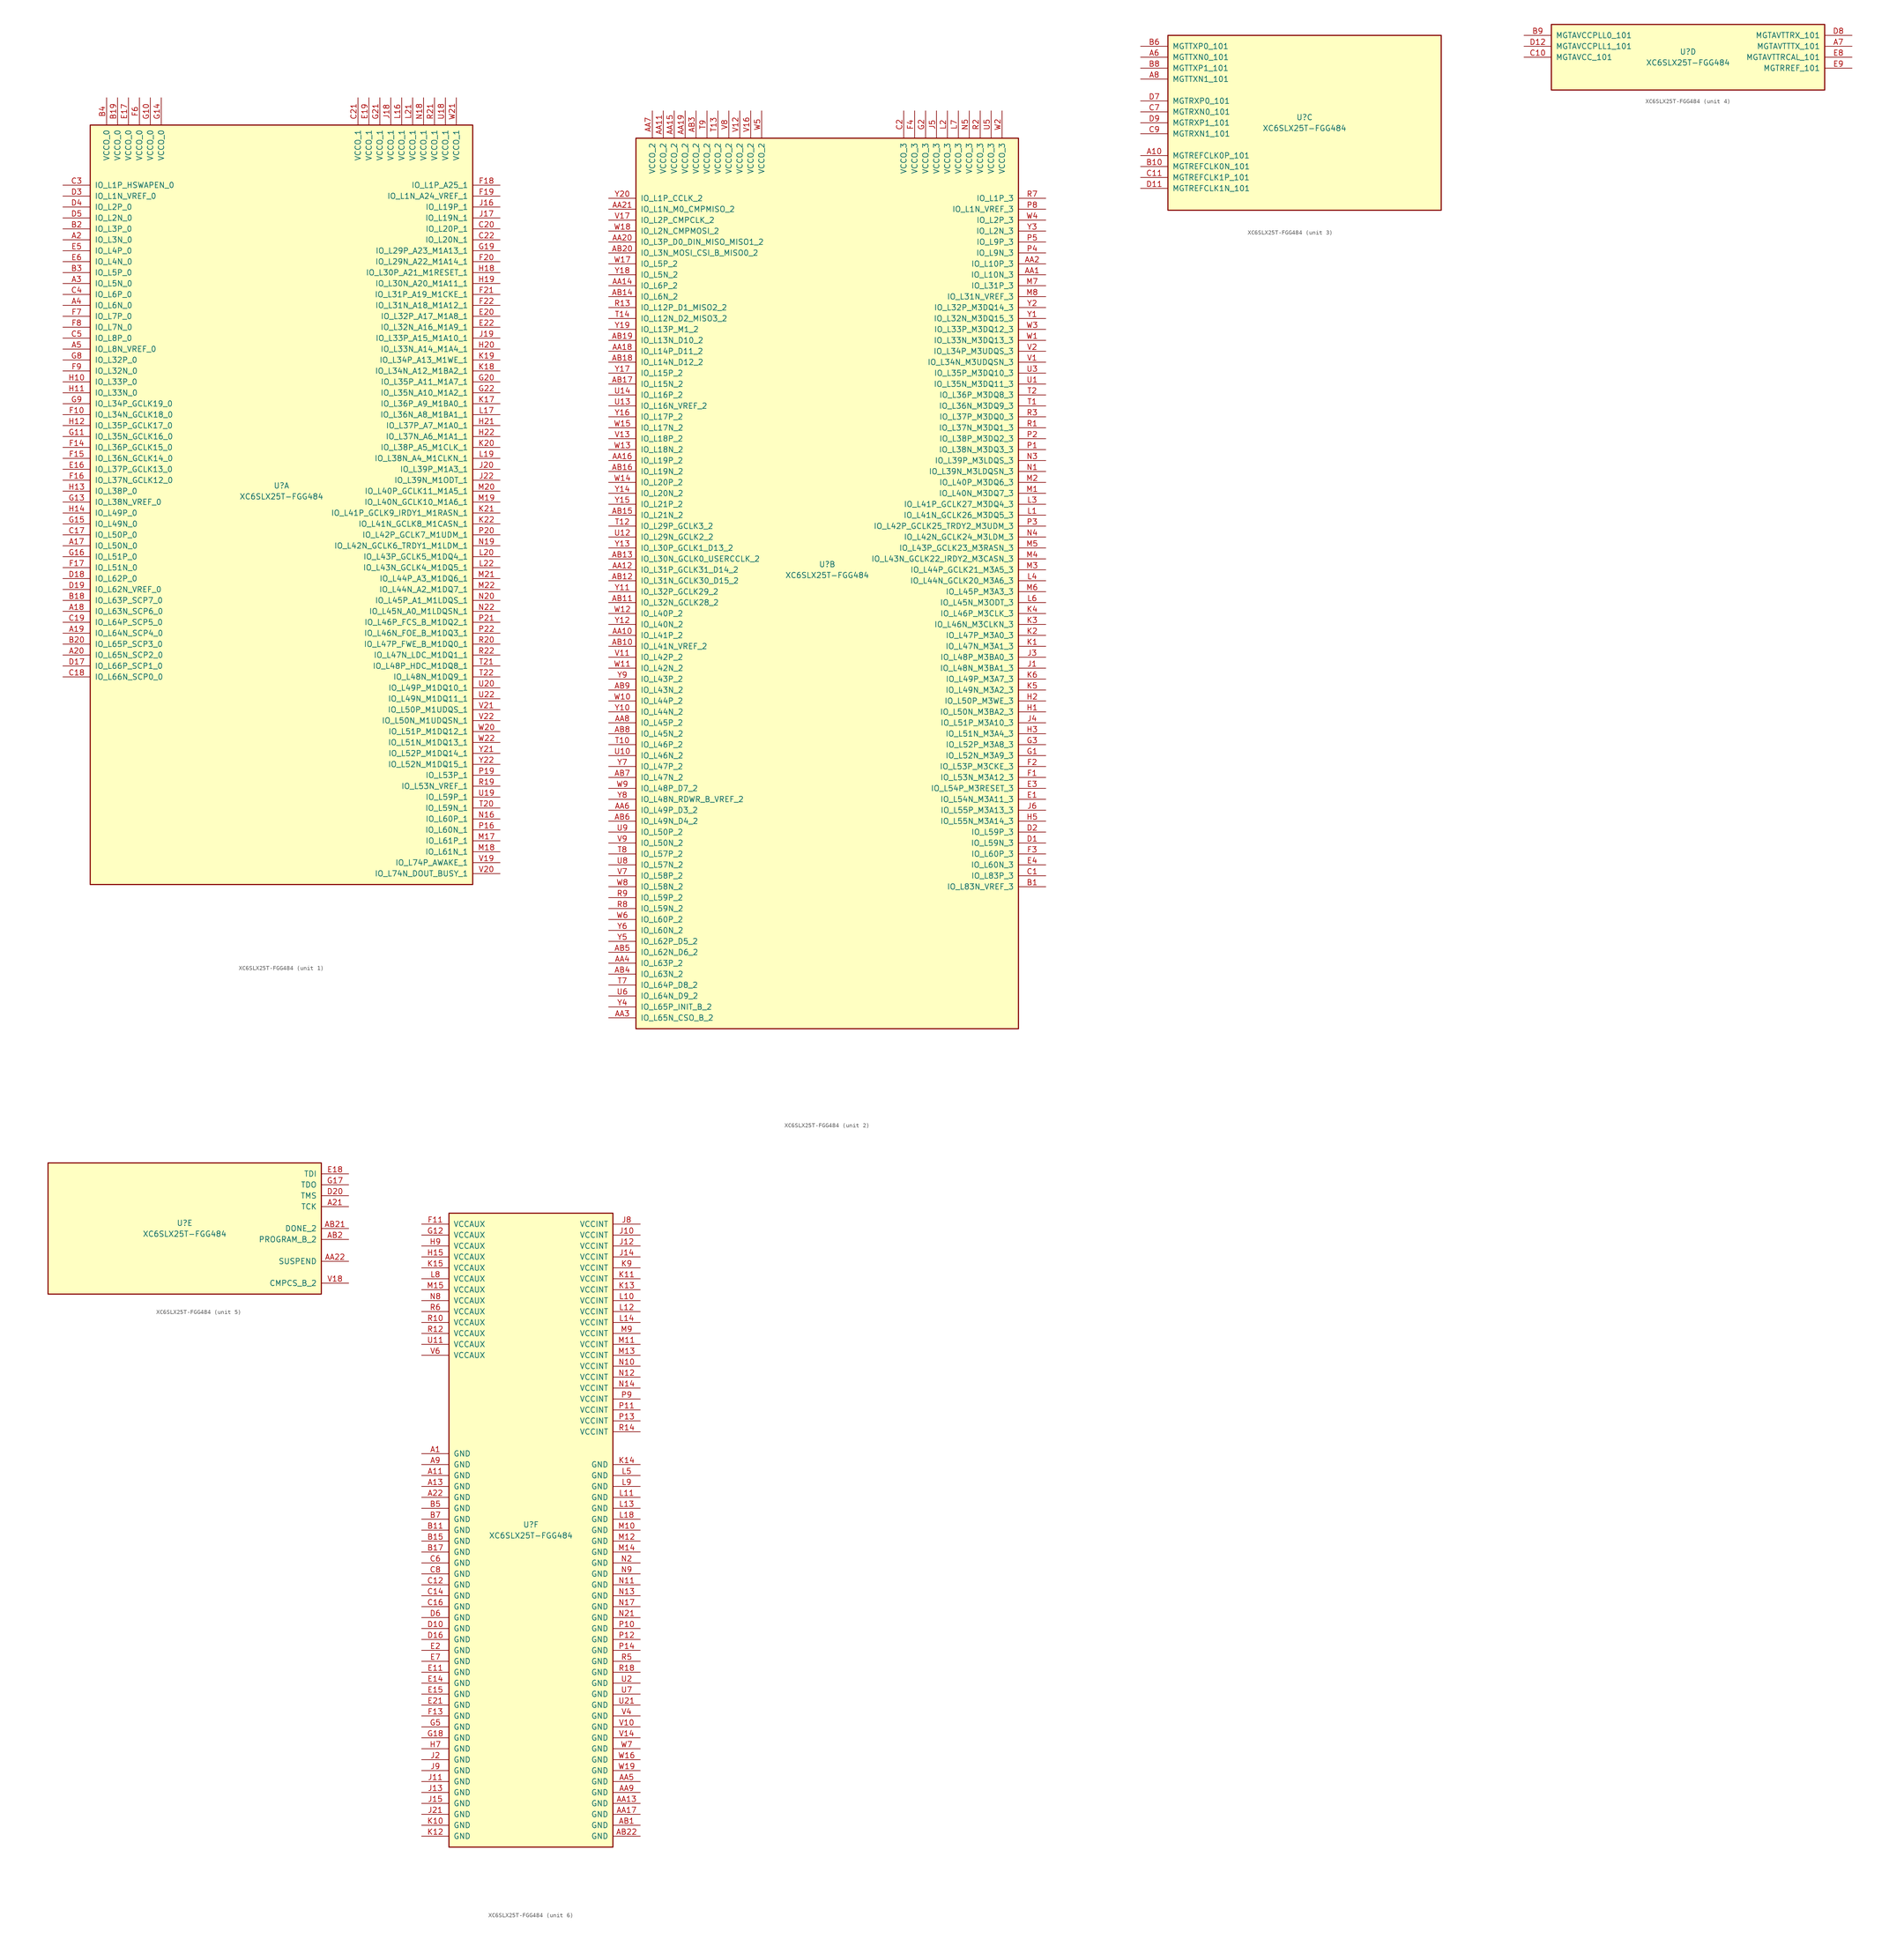
<source format=kicad_sym>
(kicad_symbol_lib
  (version 20211014)
  (generator kicad_symbol_editor)
  (symbol "XC6SLX25T-FGG484"
    (pin_names
      (offset 1.016))
    (property "Reference" "U"
      (at 0 1.27 0)
      (effects (font (size 1.27 1.27))))
    (property "Value" "XC6SLX25T-FGG484"
      (at 0 -1.27 0)
      (effects (font (size 1.27 1.27))))
    (property "Datasheet" ""
      (at 0 0 0)
      (effects (font (size 1.27 1.27))))
    (property "ki_locked" ""
      (at 0 0 0)
      (effects (font (size 1.27 1.27))))
    (symbol "XC6SLX25T-FGG484_1_1"
      (rectangle (start -44.45 85.09) (end 44.45 -91.44) (stroke (width 0.254) (type default) (color 0 0 0 0)) (fill (type background)))
      (pin bidirectional line (at -50.8 -12.7 0) (length 6.35) (name "IO_L50N_0" (effects (font (size 1.27 1.27)))) (number "A17" (effects (font (size 1.27 1.27)))))
      (pin bidirectional line (at -50.8 -27.94 0) (length 6.35) (name "IO_L63N_SCP6_0" (effects (font (size 1.27 1.27)))) (number "A18" (effects (font (size 1.27 1.27)))))
      (pin bidirectional line (at -50.8 -33.02 0) (length 6.35) (name "IO_L64N_SCP4_0" (effects (font (size 1.27 1.27)))) (number "A19" (effects (font (size 1.27 1.27)))))
      (pin bidirectional line (at -50.8 58.42 0) (length 6.35) (name "IO_L3N_0" (effects (font (size 1.27 1.27)))) (number "A2" (effects (font (size 1.27 1.27)))))
      (pin bidirectional line (at -50.8 -38.1 0) (length 6.35) (name "IO_L65N_SCP2_0" (effects (font (size 1.27 1.27)))) (number "A20" (effects (font (size 1.27 1.27)))))
      (pin bidirectional line (at -50.8 48.26 0) (length 6.35) (name "IO_L5N_0" (effects (font (size 1.27 1.27)))) (number "A3" (effects (font (size 1.27 1.27)))))
      (pin bidirectional line (at -50.8 43.18 0) (length 6.35) (name "IO_L6N_0" (effects (font (size 1.27 1.27)))) (number "A4" (effects (font (size 1.27 1.27)))))
      (pin bidirectional line (at -50.8 33.02 0) (length 6.35) (name "IO_L8N_VREF_0" (effects (font (size 1.27 1.27)))) (number "A5" (effects (font (size 1.27 1.27)))))
      (pin bidirectional line (at -50.8 -25.4 0) (length 6.35) (name "IO_L63P_SCP7_0" (effects (font (size 1.27 1.27)))) (number "B18" (effects (font (size 1.27 1.27)))))
      (pin power_in line (at -38.1 91.44 270) (length 6.35) (name "VCCO_0" (effects (font (size 1.27 1.27)))) (number "B19" (effects (font (size 1.27 1.27)))))
      (pin bidirectional line (at -50.8 60.96 0) (length 6.35) (name "IO_L3P_0" (effects (font (size 1.27 1.27)))) (number "B2" (effects (font (size 1.27 1.27)))))
      (pin bidirectional line (at -50.8 -35.56 0) (length 6.35) (name "IO_L65P_SCP3_0" (effects (font (size 1.27 1.27)))) (number "B20" (effects (font (size 1.27 1.27)))))
      (pin bidirectional line (at -50.8 50.8 0) (length 6.35) (name "IO_L5P_0" (effects (font (size 1.27 1.27)))) (number "B3" (effects (font (size 1.27 1.27)))))
      (pin power_in line (at -40.64 91.44 270) (length 6.35) (name "VCCO_0" (effects (font (size 1.27 1.27)))) (number "B4" (effects (font (size 1.27 1.27)))))
      (pin bidirectional line (at -50.8 -10.16 0) (length 6.35) (name "IO_L50P_0" (effects (font (size 1.27 1.27)))) (number "C17" (effects (font (size 1.27 1.27)))))
      (pin bidirectional line (at -50.8 -43.18 0) (length 6.35) (name "IO_L66N_SCP0_0" (effects (font (size 1.27 1.27)))) (number "C18" (effects (font (size 1.27 1.27)))))
      (pin bidirectional line (at -50.8 -30.48 0) (length 6.35) (name "IO_L64P_SCP5_0" (effects (font (size 1.27 1.27)))) (number "C19" (effects (font (size 1.27 1.27)))))
      (pin bidirectional line (at 50.8 60.96 180) (length 6.35) (name "IO_L20P_1" (effects (font (size 1.27 1.27)))) (number "C20" (effects (font (size 1.27 1.27)))))
      (pin power_in line (at 17.78 91.44 270) (length 6.35) (name "VCCO_1" (effects (font (size 1.27 1.27)))) (number "C21" (effects (font (size 1.27 1.27)))))
      (pin bidirectional line (at 50.8 58.42 180) (length 6.35) (name "IO_L20N_1" (effects (font (size 1.27 1.27)))) (number "C22" (effects (font (size 1.27 1.27)))))
      (pin bidirectional line (at -50.8 71.12 0) (length 6.35) (name "IO_L1P_HSWAPEN_0" (effects (font (size 1.27 1.27)))) (number "C3" (effects (font (size 1.27 1.27)))))
      (pin bidirectional line (at -50.8 45.72 0) (length 6.35) (name "IO_L6P_0" (effects (font (size 1.27 1.27)))) (number "C4" (effects (font (size 1.27 1.27)))))
      (pin bidirectional line (at -50.8 35.56 0) (length 6.35) (name "IO_L8P_0" (effects (font (size 1.27 1.27)))) (number "C5" (effects (font (size 1.27 1.27)))))
      (pin bidirectional line (at -50.8 -40.64 0) (length 6.35) (name "IO_L66P_SCP1_0" (effects (font (size 1.27 1.27)))) (number "D17" (effects (font (size 1.27 1.27)))))
      (pin bidirectional line (at -50.8 -20.32 0) (length 6.35) (name "IO_L62P_0" (effects (font (size 1.27 1.27)))) (number "D18" (effects (font (size 1.27 1.27)))))
      (pin bidirectional line (at -50.8 -22.86 0) (length 6.35) (name "IO_L62N_VREF_0" (effects (font (size 1.27 1.27)))) (number "D19" (effects (font (size 1.27 1.27)))))
      (pin bidirectional line (at -50.8 68.58 0) (length 6.35) (name "IO_L1N_VREF_0" (effects (font (size 1.27 1.27)))) (number "D3" (effects (font (size 1.27 1.27)))))
      (pin bidirectional line (at -50.8 66.04 0) (length 6.35) (name "IO_L2P_0" (effects (font (size 1.27 1.27)))) (number "D4" (effects (font (size 1.27 1.27)))))
      (pin bidirectional line (at -50.8 63.5 0) (length 6.35) (name "IO_L2N_0" (effects (font (size 1.27 1.27)))) (number "D5" (effects (font (size 1.27 1.27)))))
      (pin bidirectional line (at -50.8 5.08 0) (length 6.35) (name "IO_L37P_GCLK13_0" (effects (font (size 1.27 1.27)))) (number "E16" (effects (font (size 1.27 1.27)))))
      (pin power_in line (at -35.56 91.44 270) (length 6.35) (name "VCCO_0" (effects (font (size 1.27 1.27)))) (number "E17" (effects (font (size 1.27 1.27)))))
      (pin power_in line (at 20.32 91.44 270) (length 6.35) (name "VCCO_1" (effects (font (size 1.27 1.27)))) (number "E19" (effects (font (size 1.27 1.27)))))
      (pin bidirectional line (at 50.8 40.64 180) (length 6.35) (name "IO_L32P_A17_M1A8_1" (effects (font (size 1.27 1.27)))) (number "E20" (effects (font (size 1.27 1.27)))))
      (pin bidirectional line (at 50.8 38.1 180) (length 6.35) (name "IO_L32N_A16_M1A9_1" (effects (font (size 1.27 1.27)))) (number "E22" (effects (font (size 1.27 1.27)))))
      (pin bidirectional line (at -50.8 55.88 0) (length 6.35) (name "IO_L4P_0" (effects (font (size 1.27 1.27)))) (number "E5" (effects (font (size 1.27 1.27)))))
      (pin bidirectional line (at -50.8 53.34 0) (length 6.35) (name "IO_L4N_0" (effects (font (size 1.27 1.27)))) (number "E6" (effects (font (size 1.27 1.27)))))
      (pin bidirectional line (at -50.8 17.78 0) (length 6.35) (name "IO_L34N_GCLK18_0" (effects (font (size 1.27 1.27)))) (number "F10" (effects (font (size 1.27 1.27)))))
      (pin bidirectional line (at -50.8 10.16 0) (length 6.35) (name "IO_L36P_GCLK15_0" (effects (font (size 1.27 1.27)))) (number "F14" (effects (font (size 1.27 1.27)))))
      (pin bidirectional line (at -50.8 7.62 0) (length 6.35) (name "IO_L36N_GCLK14_0" (effects (font (size 1.27 1.27)))) (number "F15" (effects (font (size 1.27 1.27)))))
      (pin bidirectional line (at -50.8 2.54 0) (length 6.35) (name "IO_L37N_GCLK12_0" (effects (font (size 1.27 1.27)))) (number "F16" (effects (font (size 1.27 1.27)))))
      (pin bidirectional line (at -50.8 -17.78 0) (length 6.35) (name "IO_L51N_0" (effects (font (size 1.27 1.27)))) (number "F17" (effects (font (size 1.27 1.27)))))
      (pin bidirectional line (at 50.8 71.12 180) (length 6.35) (name "IO_L1P_A25_1" (effects (font (size 1.27 1.27)))) (number "F18" (effects (font (size 1.27 1.27)))))
      (pin bidirectional line (at 50.8 68.58 180) (length 6.35) (name "IO_L1N_A24_VREF_1" (effects (font (size 1.27 1.27)))) (number "F19" (effects (font (size 1.27 1.27)))))
      (pin bidirectional line (at 50.8 53.34 180) (length 6.35) (name "IO_L29N_A22_M1A14_1" (effects (font (size 1.27 1.27)))) (number "F20" (effects (font (size 1.27 1.27)))))
      (pin bidirectional line (at 50.8 45.72 180) (length 6.35) (name "IO_L31P_A19_M1CKE_1" (effects (font (size 1.27 1.27)))) (number "F21" (effects (font (size 1.27 1.27)))))
      (pin bidirectional line (at 50.8 43.18 180) (length 6.35) (name "IO_L31N_A18_M1A12_1" (effects (font (size 1.27 1.27)))) (number "F22" (effects (font (size 1.27 1.27)))))
      (pin power_in line (at -33.02 91.44 270) (length 6.35) (name "VCCO_0" (effects (font (size 1.27 1.27)))) (number "F6" (effects (font (size 1.27 1.27)))))
      (pin bidirectional line (at -50.8 40.64 0) (length 6.35) (name "IO_L7P_0" (effects (font (size 1.27 1.27)))) (number "F7" (effects (font (size 1.27 1.27)))))
      (pin bidirectional line (at -50.8 38.1 0) (length 6.35) (name "IO_L7N_0" (effects (font (size 1.27 1.27)))) (number "F8" (effects (font (size 1.27 1.27)))))
      (pin bidirectional line (at -50.8 27.94 0) (length 6.35) (name "IO_L32N_0" (effects (font (size 1.27 1.27)))) (number "F9" (effects (font (size 1.27 1.27)))))
      (pin power_in line (at -30.48 91.44 270) (length 6.35) (name "VCCO_0" (effects (font (size 1.27 1.27)))) (number "G10" (effects (font (size 1.27 1.27)))))
      (pin bidirectional line (at -50.8 12.7 0) (length 6.35) (name "IO_L35N_GCLK16_0" (effects (font (size 1.27 1.27)))) (number "G11" (effects (font (size 1.27 1.27)))))
      (pin bidirectional line (at -50.8 -2.54 0) (length 6.35) (name "IO_L38N_VREF_0" (effects (font (size 1.27 1.27)))) (number "G13" (effects (font (size 1.27 1.27)))))
      (pin power_in line (at -27.94 91.44 270) (length 6.35) (name "VCCO_0" (effects (font (size 1.27 1.27)))) (number "G14" (effects (font (size 1.27 1.27)))))
      (pin bidirectional line (at -50.8 -7.62 0) (length 6.35) (name "IO_L49N_0" (effects (font (size 1.27 1.27)))) (number "G15" (effects (font (size 1.27 1.27)))))
      (pin bidirectional line (at -50.8 -15.24 0) (length 6.35) (name "IO_L51P_0" (effects (font (size 1.27 1.27)))) (number "G16" (effects (font (size 1.27 1.27)))))
      (pin bidirectional line (at 50.8 55.88 180) (length 6.35) (name "IO_L29P_A23_M1A13_1" (effects (font (size 1.27 1.27)))) (number "G19" (effects (font (size 1.27 1.27)))))
      (pin bidirectional line (at 50.8 25.4 180) (length 6.35) (name "IO_L35P_A11_M1A7_1" (effects (font (size 1.27 1.27)))) (number "G20" (effects (font (size 1.27 1.27)))))
      (pin power_in line (at 22.86 91.44 270) (length 6.35) (name "VCCO_1" (effects (font (size 1.27 1.27)))) (number "G21" (effects (font (size 1.27 1.27)))))
      (pin bidirectional line (at 50.8 22.86 180) (length 6.35) (name "IO_L35N_A10_M1A2_1" (effects (font (size 1.27 1.27)))) (number "G22" (effects (font (size 1.27 1.27)))))
      (pin bidirectional line (at -50.8 30.48 0) (length 6.35) (name "IO_L32P_0" (effects (font (size 1.27 1.27)))) (number "G8" (effects (font (size 1.27 1.27)))))
      (pin bidirectional line (at -50.8 20.32 0) (length 6.35) (name "IO_L34P_GCLK19_0" (effects (font (size 1.27 1.27)))) (number "G9" (effects (font (size 1.27 1.27)))))
      (pin bidirectional line (at -50.8 25.4 0) (length 6.35) (name "IO_L33P_0" (effects (font (size 1.27 1.27)))) (number "H10" (effects (font (size 1.27 1.27)))))
      (pin bidirectional line (at -50.8 22.86 0) (length 6.35) (name "IO_L33N_0" (effects (font (size 1.27 1.27)))) (number "H11" (effects (font (size 1.27 1.27)))))
      (pin bidirectional line (at -50.8 15.24 0) (length 6.35) (name "IO_L35P_GCLK17_0" (effects (font (size 1.27 1.27)))) (number "H12" (effects (font (size 1.27 1.27)))))
      (pin bidirectional line (at -50.8 0 0) (length 6.35) (name "IO_L38P_0" (effects (font (size 1.27 1.27)))) (number "H13" (effects (font (size 1.27 1.27)))))
      (pin bidirectional line (at -50.8 -5.08 0) (length 6.35) (name "IO_L49P_0" (effects (font (size 1.27 1.27)))) (number "H14" (effects (font (size 1.27 1.27)))))
      (pin bidirectional line (at 50.8 50.8 180) (length 6.35) (name "IO_L30P_A21_M1RESET_1" (effects (font (size 1.27 1.27)))) (number "H18" (effects (font (size 1.27 1.27)))))
      (pin bidirectional line (at 50.8 48.26 180) (length 6.35) (name "IO_L30N_A20_M1A11_1" (effects (font (size 1.27 1.27)))) (number "H19" (effects (font (size 1.27 1.27)))))
      (pin bidirectional line (at 50.8 33.02 180) (length 6.35) (name "IO_L33N_A14_M1A4_1" (effects (font (size 1.27 1.27)))) (number "H20" (effects (font (size 1.27 1.27)))))
      (pin bidirectional line (at 50.8 15.24 180) (length 6.35) (name "IO_L37P_A7_M1A0_1" (effects (font (size 1.27 1.27)))) (number "H21" (effects (font (size 1.27 1.27)))))
      (pin bidirectional line (at 50.8 12.7 180) (length 6.35) (name "IO_L37N_A6_M1A1_1" (effects (font (size 1.27 1.27)))) (number "H22" (effects (font (size 1.27 1.27)))))
      (pin bidirectional line (at 50.8 66.04 180) (length 6.35) (name "IO_L19P_1" (effects (font (size 1.27 1.27)))) (number "J16" (effects (font (size 1.27 1.27)))))
      (pin bidirectional line (at 50.8 63.5 180) (length 6.35) (name "IO_L19N_1" (effects (font (size 1.27 1.27)))) (number "J17" (effects (font (size 1.27 1.27)))))
      (pin power_in line (at 25.4 91.44 270) (length 6.35) (name "VCCO_1" (effects (font (size 1.27 1.27)))) (number "J18" (effects (font (size 1.27 1.27)))))
      (pin bidirectional line (at 50.8 35.56 180) (length 6.35) (name "IO_L33P_A15_M1A10_1" (effects (font (size 1.27 1.27)))) (number "J19" (effects (font (size 1.27 1.27)))))
      (pin bidirectional line (at 50.8 5.08 180) (length 6.35) (name "IO_L39P_M1A3_1" (effects (font (size 1.27 1.27)))) (number "J20" (effects (font (size 1.27 1.27)))))
      (pin bidirectional line (at 50.8 2.54 180) (length 6.35) (name "IO_L39N_M1ODT_1" (effects (font (size 1.27 1.27)))) (number "J22" (effects (font (size 1.27 1.27)))))
      (pin bidirectional line (at 50.8 20.32 180) (length 6.35) (name "IO_L36P_A9_M1BA0_1" (effects (font (size 1.27 1.27)))) (number "K17" (effects (font (size 1.27 1.27)))))
      (pin bidirectional line (at 50.8 27.94 180) (length 6.35) (name "IO_L34N_A12_M1BA2_1" (effects (font (size 1.27 1.27)))) (number "K18" (effects (font (size 1.27 1.27)))))
      (pin bidirectional line (at 50.8 30.48 180) (length 6.35) (name "IO_L34P_A13_M1WE_1" (effects (font (size 1.27 1.27)))) (number "K19" (effects (font (size 1.27 1.27)))))
      (pin bidirectional line (at 50.8 10.16 180) (length 6.35) (name "IO_L38P_A5_M1CLK_1" (effects (font (size 1.27 1.27)))) (number "K20" (effects (font (size 1.27 1.27)))))
      (pin bidirectional line (at 50.8 -5.08 180) (length 6.35) (name "IO_L41P_GCLK9_IRDY1_M1RASN_1" (effects (font (size 1.27 1.27)))) (number "K21" (effects (font (size 1.27 1.27)))))
      (pin bidirectional line (at 50.8 -7.62 180) (length 6.35) (name "IO_L41N_GCLK8_M1CASN_1" (effects (font (size 1.27 1.27)))) (number "K22" (effects (font (size 1.27 1.27)))))
      (pin power_in line (at 27.94 91.44 270) (length 6.35) (name "VCCO_1" (effects (font (size 1.27 1.27)))) (number "L16" (effects (font (size 1.27 1.27)))))
      (pin bidirectional line (at 50.8 17.78 180) (length 6.35) (name "IO_L36N_A8_M1BA1_1" (effects (font (size 1.27 1.27)))) (number "L17" (effects (font (size 1.27 1.27)))))
      (pin bidirectional line (at 50.8 7.62 180) (length 6.35) (name "IO_L38N_A4_M1CLKN_1" (effects (font (size 1.27 1.27)))) (number "L19" (effects (font (size 1.27 1.27)))))
      (pin bidirectional line (at 50.8 -15.24 180) (length 6.35) (name "IO_L43P_GCLK5_M1DQ4_1" (effects (font (size 1.27 1.27)))) (number "L20" (effects (font (size 1.27 1.27)))))
      (pin power_in line (at 30.48 91.44 270) (length 6.35) (name "VCCO_1" (effects (font (size 1.27 1.27)))) (number "L21" (effects (font (size 1.27 1.27)))))
      (pin bidirectional line (at 50.8 -17.78 180) (length 6.35) (name "IO_L43N_GCLK4_M1DQ5_1" (effects (font (size 1.27 1.27)))) (number "L22" (effects (font (size 1.27 1.27)))))
      (pin bidirectional line (at 50.8 -81.28 180) (length 6.35) (name "IO_L61P_1" (effects (font (size 1.27 1.27)))) (number "M17" (effects (font (size 1.27 1.27)))))
      (pin bidirectional line (at 50.8 -83.82 180) (length 6.35) (name "IO_L61N_1" (effects (font (size 1.27 1.27)))) (number "M18" (effects (font (size 1.27 1.27)))))
      (pin bidirectional line (at 50.8 -2.54 180) (length 6.35) (name "IO_L40N_GCLK10_M1A6_1" (effects (font (size 1.27 1.27)))) (number "M19" (effects (font (size 1.27 1.27)))))
      (pin bidirectional line (at 50.8 0 180) (length 6.35) (name "IO_L40P_GCLK11_M1A5_1" (effects (font (size 1.27 1.27)))) (number "M20" (effects (font (size 1.27 1.27)))))
      (pin bidirectional line (at 50.8 -20.32 180) (length 6.35) (name "IO_L44P_A3_M1DQ6_1" (effects (font (size 1.27 1.27)))) (number "M21" (effects (font (size 1.27 1.27)))))
      (pin bidirectional line (at 50.8 -22.86 180) (length 6.35) (name "IO_L44N_A2_M1DQ7_1" (effects (font (size 1.27 1.27)))) (number "M22" (effects (font (size 1.27 1.27)))))
      (pin bidirectional line (at 50.8 -76.2 180) (length 6.35) (name "IO_L60P_1" (effects (font (size 1.27 1.27)))) (number "N16" (effects (font (size 1.27 1.27)))))
      (pin power_in line (at 33.02 91.44 270) (length 6.35) (name "VCCO_1" (effects (font (size 1.27 1.27)))) (number "N18" (effects (font (size 1.27 1.27)))))
      (pin bidirectional line (at 50.8 -12.7 180) (length 6.35) (name "IO_L42N_GCLK6_TRDY1_M1LDM_1" (effects (font (size 1.27 1.27)))) (number "N19" (effects (font (size 1.27 1.27)))))
      (pin bidirectional line (at 50.8 -25.4 180) (length 6.35) (name "IO_L45P_A1_M1LDQS_1" (effects (font (size 1.27 1.27)))) (number "N20" (effects (font (size 1.27 1.27)))))
      (pin bidirectional line (at 50.8 -27.94 180) (length 6.35) (name "IO_L45N_A0_M1LDQSN_1" (effects (font (size 1.27 1.27)))) (number "N22" (effects (font (size 1.27 1.27)))))
      (pin bidirectional line (at 50.8 -78.74 180) (length 6.35) (name "IO_L60N_1" (effects (font (size 1.27 1.27)))) (number "P16" (effects (font (size 1.27 1.27)))))
      (pin bidirectional line (at 50.8 -66.04 180) (length 6.35) (name "IO_L53P_1" (effects (font (size 1.27 1.27)))) (number "P19" (effects (font (size 1.27 1.27)))))
      (pin bidirectional line (at 50.8 -10.16 180) (length 6.35) (name "IO_L42P_GCLK7_M1UDM_1" (effects (font (size 1.27 1.27)))) (number "P20" (effects (font (size 1.27 1.27)))))
      (pin bidirectional line (at 50.8 -30.48 180) (length 6.35) (name "IO_L46P_FCS_B_M1DQ2_1" (effects (font (size 1.27 1.27)))) (number "P21" (effects (font (size 1.27 1.27)))))
      (pin bidirectional line (at 50.8 -33.02 180) (length 6.35) (name "IO_L46N_FOE_B_M1DQ3_1" (effects (font (size 1.27 1.27)))) (number "P22" (effects (font (size 1.27 1.27)))))
      (pin bidirectional line (at 50.8 -68.58 180) (length 6.35) (name "IO_L53N_VREF_1" (effects (font (size 1.27 1.27)))) (number "R19" (effects (font (size 1.27 1.27)))))
      (pin bidirectional line (at 50.8 -35.56 180) (length 6.35) (name "IO_L47P_FWE_B_M1DQ0_1" (effects (font (size 1.27 1.27)))) (number "R20" (effects (font (size 1.27 1.27)))))
      (pin power_in line (at 35.56 91.44 270) (length 6.35) (name "VCCO_1" (effects (font (size 1.27 1.27)))) (number "R21" (effects (font (size 1.27 1.27)))))
      (pin bidirectional line (at 50.8 -38.1 180) (length 6.35) (name "IO_L47N_LDC_M1DQ1_1" (effects (font (size 1.27 1.27)))) (number "R22" (effects (font (size 1.27 1.27)))))
      (pin bidirectional line (at 50.8 -73.66 180) (length 6.35) (name "IO_L59N_1" (effects (font (size 1.27 1.27)))) (number "T20" (effects (font (size 1.27 1.27)))))
      (pin bidirectional line (at 50.8 -40.64 180) (length 6.35) (name "IO_L48P_HDC_M1DQ8_1" (effects (font (size 1.27 1.27)))) (number "T21" (effects (font (size 1.27 1.27)))))
      (pin bidirectional line (at 50.8 -43.18 180) (length 6.35) (name "IO_L48N_M1DQ9_1" (effects (font (size 1.27 1.27)))) (number "T22" (effects (font (size 1.27 1.27)))))
      (pin power_in line (at 38.1 91.44 270) (length 6.35) (name "VCCO_1" (effects (font (size 1.27 1.27)))) (number "U18" (effects (font (size 1.27 1.27)))))
      (pin bidirectional line (at 50.8 -71.12 180) (length 6.35) (name "IO_L59P_1" (effects (font (size 1.27 1.27)))) (number "U19" (effects (font (size 1.27 1.27)))))
      (pin bidirectional line (at 50.8 -45.72 180) (length 6.35) (name "IO_L49P_M1DQ10_1" (effects (font (size 1.27 1.27)))) (number "U20" (effects (font (size 1.27 1.27)))))
      (pin bidirectional line (at 50.8 -48.26 180) (length 6.35) (name "IO_L49N_M1DQ11_1" (effects (font (size 1.27 1.27)))) (number "U22" (effects (font (size 1.27 1.27)))))
      (pin bidirectional line (at 50.8 -86.36 180) (length 6.35) (name "IO_L74P_AWAKE_1" (effects (font (size 1.27 1.27)))) (number "V19" (effects (font (size 1.27 1.27)))))
      (pin bidirectional line (at 50.8 -88.9 180) (length 6.35) (name "IO_L74N_DOUT_BUSY_1" (effects (font (size 1.27 1.27)))) (number "V20" (effects (font (size 1.27 1.27)))))
      (pin bidirectional line (at 50.8 -50.8 180) (length 6.35) (name "IO_L50P_M1UDQS_1" (effects (font (size 1.27 1.27)))) (number "V21" (effects (font (size 1.27 1.27)))))
      (pin bidirectional line (at 50.8 -53.34 180) (length 6.35) (name "IO_L50N_M1UDQSN_1" (effects (font (size 1.27 1.27)))) (number "V22" (effects (font (size 1.27 1.27)))))
      (pin bidirectional line (at 50.8 -55.88 180) (length 6.35) (name "IO_L51P_M1DQ12_1" (effects (font (size 1.27 1.27)))) (number "W20" (effects (font (size 1.27 1.27)))))
      (pin power_in line (at 40.64 91.44 270) (length 6.35) (name "VCCO_1" (effects (font (size 1.27 1.27)))) (number "W21" (effects (font (size 1.27 1.27)))))
      (pin bidirectional line (at 50.8 -58.42 180) (length 6.35) (name "IO_L51N_M1DQ13_1" (effects (font (size 1.27 1.27)))) (number "W22" (effects (font (size 1.27 1.27)))))
      (pin bidirectional line (at 50.8 -60.96 180) (length 6.35) (name "IO_L52P_M1DQ14_1" (effects (font (size 1.27 1.27)))) (number "Y21" (effects (font (size 1.27 1.27)))))
      (pin bidirectional line (at 50.8 -63.5 180) (length 6.35) (name "IO_L52N_M1DQ15_1" (effects (font (size 1.27 1.27)))) (number "Y22" (effects (font (size 1.27 1.27))))))
    (symbol "XC6SLX25T-FGG484_2_1"
      (rectangle (start -44.45 100.33) (end 44.45 -106.68) (stroke (width 0.254) (type default) (color 0 0 0 0)) (fill (type background)))
      (pin bidirectional line (at 50.8 68.58 180) (length 6.35) (name "IO_L10N_3" (effects (font (size 1.27 1.27)))) (number "AA1" (effects (font (size 1.27 1.27)))))
      (pin bidirectional line (at -50.8 -15.24 0) (length 6.35) (name "IO_L41P_2" (effects (font (size 1.27 1.27)))) (number "AA10" (effects (font (size 1.27 1.27)))))
      (pin power_in line (at -38.1 106.68 270) (length 6.35) (name "VCCO_2" (effects (font (size 1.27 1.27)))) (number "AA11" (effects (font (size 1.27 1.27)))))
      (pin bidirectional line (at -50.8 0 0) (length 6.35) (name "IO_L31P_GCLK31_D14_2" (effects (font (size 1.27 1.27)))) (number "AA12" (effects (font (size 1.27 1.27)))))
      (pin bidirectional line (at -50.8 66.04 0) (length 6.35) (name "IO_L6P_2" (effects (font (size 1.27 1.27)))) (number "AA14" (effects (font (size 1.27 1.27)))))
      (pin power_in line (at -35.56 106.68 270) (length 6.35) (name "VCCO_2" (effects (font (size 1.27 1.27)))) (number "AA15" (effects (font (size 1.27 1.27)))))
      (pin bidirectional line (at -50.8 25.4 0) (length 6.35) (name "IO_L19P_2" (effects (font (size 1.27 1.27)))) (number "AA16" (effects (font (size 1.27 1.27)))))
      (pin bidirectional line (at -50.8 50.8 0) (length 6.35) (name "IO_L14P_D11_2" (effects (font (size 1.27 1.27)))) (number "AA18" (effects (font (size 1.27 1.27)))))
      (pin power_in line (at -33.02 106.68 270) (length 6.35) (name "VCCO_2" (effects (font (size 1.27 1.27)))) (number "AA19" (effects (font (size 1.27 1.27)))))
      (pin bidirectional line (at 50.8 71.12 180) (length 6.35) (name "IO_L10P_3" (effects (font (size 1.27 1.27)))) (number "AA2" (effects (font (size 1.27 1.27)))))
      (pin bidirectional line (at -50.8 76.2 0) (length 6.35) (name "IO_L3P_D0_DIN_MISO_MISO1_2" (effects (font (size 1.27 1.27)))) (number "AA20" (effects (font (size 1.27 1.27)))))
      (pin bidirectional line (at -50.8 83.82 0) (length 6.35) (name "IO_L1N_M0_CMPMISO_2" (effects (font (size 1.27 1.27)))) (number "AA21" (effects (font (size 1.27 1.27)))))
      (pin bidirectional line (at -50.8 -104.14 0) (length 6.35) (name "IO_L65N_CSO_B_2" (effects (font (size 1.27 1.27)))) (number "AA3" (effects (font (size 1.27 1.27)))))
      (pin bidirectional line (at -50.8 -91.44 0) (length 6.35) (name "IO_L63P_2" (effects (font (size 1.27 1.27)))) (number "AA4" (effects (font (size 1.27 1.27)))))
      (pin bidirectional line (at -50.8 -55.88 0) (length 6.35) (name "IO_L49P_D3_2" (effects (font (size 1.27 1.27)))) (number "AA6" (effects (font (size 1.27 1.27)))))
      (pin power_in line (at -40.64 106.68 270) (length 6.35) (name "VCCO_2" (effects (font (size 1.27 1.27)))) (number "AA7" (effects (font (size 1.27 1.27)))))
      (pin bidirectional line (at -50.8 -35.56 0) (length 6.35) (name "IO_L45P_2" (effects (font (size 1.27 1.27)))) (number "AA8" (effects (font (size 1.27 1.27)))))
      (pin bidirectional line (at -50.8 -17.78 0) (length 6.35) (name "IO_L41N_VREF_2" (effects (font (size 1.27 1.27)))) (number "AB10" (effects (font (size 1.27 1.27)))))
      (pin bidirectional line (at -50.8 -7.62 0) (length 6.35) (name "IO_L32N_GCLK28_2" (effects (font (size 1.27 1.27)))) (number "AB11" (effects (font (size 1.27 1.27)))))
      (pin bidirectional line (at -50.8 -2.54 0) (length 6.35) (name "IO_L31N_GCLK30_D15_2" (effects (font (size 1.27 1.27)))) (number "AB12" (effects (font (size 1.27 1.27)))))
      (pin bidirectional line (at -50.8 2.54 0) (length 6.35) (name "IO_L30N_GCLK0_USERCCLK_2" (effects (font (size 1.27 1.27)))) (number "AB13" (effects (font (size 1.27 1.27)))))
      (pin bidirectional line (at -50.8 63.5 0) (length 6.35) (name "IO_L6N_2" (effects (font (size 1.27 1.27)))) (number "AB14" (effects (font (size 1.27 1.27)))))
      (pin bidirectional line (at -50.8 12.7 0) (length 6.35) (name "IO_L21N_2" (effects (font (size 1.27 1.27)))) (number "AB15" (effects (font (size 1.27 1.27)))))
      (pin bidirectional line (at -50.8 22.86 0) (length 6.35) (name "IO_L19N_2" (effects (font (size 1.27 1.27)))) (number "AB16" (effects (font (size 1.27 1.27)))))
      (pin bidirectional line (at -50.8 43.18 0) (length 6.35) (name "IO_L15N_2" (effects (font (size 1.27 1.27)))) (number "AB17" (effects (font (size 1.27 1.27)))))
      (pin bidirectional line (at -50.8 48.26 0) (length 6.35) (name "IO_L14N_D12_2" (effects (font (size 1.27 1.27)))) (number "AB18" (effects (font (size 1.27 1.27)))))
      (pin bidirectional line (at -50.8 53.34 0) (length 6.35) (name "IO_L13N_D10_2" (effects (font (size 1.27 1.27)))) (number "AB19" (effects (font (size 1.27 1.27)))))
      (pin bidirectional line (at -50.8 73.66 0) (length 6.35) (name "IO_L3N_MOSI_CSI_B_MISO0_2" (effects (font (size 1.27 1.27)))) (number "AB20" (effects (font (size 1.27 1.27)))))
      (pin power_in line (at -30.48 106.68 270) (length 6.35) (name "VCCO_2" (effects (font (size 1.27 1.27)))) (number "AB3" (effects (font (size 1.27 1.27)))))
      (pin bidirectional line (at -50.8 -93.98 0) (length 6.35) (name "IO_L63N_2" (effects (font (size 1.27 1.27)))) (number "AB4" (effects (font (size 1.27 1.27)))))
      (pin bidirectional line (at -50.8 -88.9 0) (length 6.35) (name "IO_L62N_D6_2" (effects (font (size 1.27 1.27)))) (number "AB5" (effects (font (size 1.27 1.27)))))
      (pin bidirectional line (at -50.8 -58.42 0) (length 6.35) (name "IO_L49N_D4_2" (effects (font (size 1.27 1.27)))) (number "AB6" (effects (font (size 1.27 1.27)))))
      (pin bidirectional line (at -50.8 -48.26 0) (length 6.35) (name "IO_L47N_2" (effects (font (size 1.27 1.27)))) (number "AB7" (effects (font (size 1.27 1.27)))))
      (pin bidirectional line (at -50.8 -38.1 0) (length 6.35) (name "IO_L45N_2" (effects (font (size 1.27 1.27)))) (number "AB8" (effects (font (size 1.27 1.27)))))
      (pin bidirectional line (at -50.8 -27.94 0) (length 6.35) (name "IO_L43N_2" (effects (font (size 1.27 1.27)))) (number "AB9" (effects (font (size 1.27 1.27)))))
      (pin bidirectional line (at 50.8 -73.66 180) (length 6.35) (name "IO_L83N_VREF_3" (effects (font (size 1.27 1.27)))) (number "B1" (effects (font (size 1.27 1.27)))))
      (pin bidirectional line (at 50.8 -71.12 180) (length 6.35) (name "IO_L83P_3" (effects (font (size 1.27 1.27)))) (number "C1" (effects (font (size 1.27 1.27)))))
      (pin power_in line (at 17.78 106.68 270) (length 6.35) (name "VCCO_3" (effects (font (size 1.27 1.27)))) (number "C2" (effects (font (size 1.27 1.27)))))
      (pin bidirectional line (at 50.8 -63.5 180) (length 6.35) (name "IO_L59N_3" (effects (font (size 1.27 1.27)))) (number "D1" (effects (font (size 1.27 1.27)))))
      (pin bidirectional line (at 50.8 -60.96 180) (length 6.35) (name "IO_L59P_3" (effects (font (size 1.27 1.27)))) (number "D2" (effects (font (size 1.27 1.27)))))
      (pin bidirectional line (at 50.8 -53.34 180) (length 6.35) (name "IO_L54N_M3A11_3" (effects (font (size 1.27 1.27)))) (number "E1" (effects (font (size 1.27 1.27)))))
      (pin bidirectional line (at 50.8 -50.8 180) (length 6.35) (name "IO_L54P_M3RESET_3" (effects (font (size 1.27 1.27)))) (number "E3" (effects (font (size 1.27 1.27)))))
      (pin bidirectional line (at 50.8 -68.58 180) (length 6.35) (name "IO_L60N_3" (effects (font (size 1.27 1.27)))) (number "E4" (effects (font (size 1.27 1.27)))))
      (pin bidirectional line (at 50.8 -48.26 180) (length 6.35) (name "IO_L53N_M3A12_3" (effects (font (size 1.27 1.27)))) (number "F1" (effects (font (size 1.27 1.27)))))
      (pin bidirectional line (at 50.8 -45.72 180) (length 6.35) (name "IO_L53P_M3CKE_3" (effects (font (size 1.27 1.27)))) (number "F2" (effects (font (size 1.27 1.27)))))
      (pin bidirectional line (at 50.8 -66.04 180) (length 6.35) (name "IO_L60P_3" (effects (font (size 1.27 1.27)))) (number "F3" (effects (font (size 1.27 1.27)))))
      (pin power_in line (at 20.32 106.68 270) (length 6.35) (name "VCCO_3" (effects (font (size 1.27 1.27)))) (number "F4" (effects (font (size 1.27 1.27)))))
      (pin bidirectional line (at 50.8 -43.18 180) (length 6.35) (name "IO_L52N_M3A9_3" (effects (font (size 1.27 1.27)))) (number "G1" (effects (font (size 1.27 1.27)))))
      (pin power_in line (at 22.86 106.68 270) (length 6.35) (name "VCCO_3" (effects (font (size 1.27 1.27)))) (number "G2" (effects (font (size 1.27 1.27)))))
      (pin bidirectional line (at 50.8 -40.64 180) (length 6.35) (name "IO_L52P_M3A8_3" (effects (font (size 1.27 1.27)))) (number "G3" (effects (font (size 1.27 1.27)))))
      (pin bidirectional line (at 50.8 -33.02 180) (length 6.35) (name "IO_L50N_M3BA2_3" (effects (font (size 1.27 1.27)))) (number "H1" (effects (font (size 1.27 1.27)))))
      (pin bidirectional line (at 50.8 -30.48 180) (length 6.35) (name "IO_L50P_M3WE_3" (effects (font (size 1.27 1.27)))) (number "H2" (effects (font (size 1.27 1.27)))))
      (pin bidirectional line (at 50.8 -38.1 180) (length 6.35) (name "IO_L51N_M3A4_3" (effects (font (size 1.27 1.27)))) (number "H3" (effects (font (size 1.27 1.27)))))
      (pin bidirectional line (at 50.8 -58.42 180) (length 6.35) (name "IO_L55N_M3A14_3" (effects (font (size 1.27 1.27)))) (number "H5" (effects (font (size 1.27 1.27)))))
      (pin bidirectional line (at 50.8 -22.86 180) (length 6.35) (name "IO_L48N_M3BA1_3" (effects (font (size 1.27 1.27)))) (number "J1" (effects (font (size 1.27 1.27)))))
      (pin bidirectional line (at 50.8 -20.32 180) (length 6.35) (name "IO_L48P_M3BA0_3" (effects (font (size 1.27 1.27)))) (number "J3" (effects (font (size 1.27 1.27)))))
      (pin bidirectional line (at 50.8 -35.56 180) (length 6.35) (name "IO_L51P_M3A10_3" (effects (font (size 1.27 1.27)))) (number "J4" (effects (font (size 1.27 1.27)))))
      (pin power_in line (at 25.4 106.68 270) (length 6.35) (name "VCCO_3" (effects (font (size 1.27 1.27)))) (number "J5" (effects (font (size 1.27 1.27)))))
      (pin bidirectional line (at 50.8 -55.88 180) (length 6.35) (name "IO_L55P_M3A13_3" (effects (font (size 1.27 1.27)))) (number "J6" (effects (font (size 1.27 1.27)))))
      (pin bidirectional line (at 50.8 -17.78 180) (length 6.35) (name "IO_L47N_M3A1_3" (effects (font (size 1.27 1.27)))) (number "K1" (effects (font (size 1.27 1.27)))))
      (pin bidirectional line (at 50.8 -15.24 180) (length 6.35) (name "IO_L47P_M3A0_3" (effects (font (size 1.27 1.27)))) (number "K2" (effects (font (size 1.27 1.27)))))
      (pin bidirectional line (at 50.8 -12.7 180) (length 6.35) (name "IO_L46N_M3CLKN_3" (effects (font (size 1.27 1.27)))) (number "K3" (effects (font (size 1.27 1.27)))))
      (pin bidirectional line (at 50.8 -10.16 180) (length 6.35) (name "IO_L46P_M3CLK_3" (effects (font (size 1.27 1.27)))) (number "K4" (effects (font (size 1.27 1.27)))))
      (pin bidirectional line (at 50.8 -27.94 180) (length 6.35) (name "IO_L49N_M3A2_3" (effects (font (size 1.27 1.27)))) (number "K5" (effects (font (size 1.27 1.27)))))
      (pin bidirectional line (at 50.8 -25.4 180) (length 6.35) (name "IO_L49P_M3A7_3" (effects (font (size 1.27 1.27)))) (number "K6" (effects (font (size 1.27 1.27)))))
      (pin bidirectional line (at 50.8 12.7 180) (length 6.35) (name "IO_L41N_GCLK26_M3DQ5_3" (effects (font (size 1.27 1.27)))) (number "L1" (effects (font (size 1.27 1.27)))))
      (pin power_in line (at 27.94 106.68 270) (length 6.35) (name "VCCO_3" (effects (font (size 1.27 1.27)))) (number "L2" (effects (font (size 1.27 1.27)))))
      (pin bidirectional line (at 50.8 15.24 180) (length 6.35) (name "IO_L41P_GCLK27_M3DQ4_3" (effects (font (size 1.27 1.27)))) (number "L3" (effects (font (size 1.27 1.27)))))
      (pin bidirectional line (at 50.8 -2.54 180) (length 6.35) (name "IO_L44N_GCLK20_M3A6_3" (effects (font (size 1.27 1.27)))) (number "L4" (effects (font (size 1.27 1.27)))))
      (pin bidirectional line (at 50.8 -7.62 180) (length 6.35) (name "IO_L45N_M3ODT_3" (effects (font (size 1.27 1.27)))) (number "L6" (effects (font (size 1.27 1.27)))))
      (pin power_in line (at 30.48 106.68 270) (length 6.35) (name "VCCO_3" (effects (font (size 1.27 1.27)))) (number "L7" (effects (font (size 1.27 1.27)))))
      (pin bidirectional line (at 50.8 17.78 180) (length 6.35) (name "IO_L40N_M3DQ7_3" (effects (font (size 1.27 1.27)))) (number "M1" (effects (font (size 1.27 1.27)))))
      (pin bidirectional line (at 50.8 20.32 180) (length 6.35) (name "IO_L40P_M3DQ6_3" (effects (font (size 1.27 1.27)))) (number "M2" (effects (font (size 1.27 1.27)))))
      (pin bidirectional line (at 50.8 0 180) (length 6.35) (name "IO_L44P_GCLK21_M3A5_3" (effects (font (size 1.27 1.27)))) (number "M3" (effects (font (size 1.27 1.27)))))
      (pin bidirectional line (at 50.8 2.54 180) (length 6.35) (name "IO_L43N_GCLK22_IRDY2_M3CASN_3" (effects (font (size 1.27 1.27)))) (number "M4" (effects (font (size 1.27 1.27)))))
      (pin bidirectional line (at 50.8 5.08 180) (length 6.35) (name "IO_L43P_GCLK23_M3RASN_3" (effects (font (size 1.27 1.27)))) (number "M5" (effects (font (size 1.27 1.27)))))
      (pin bidirectional line (at 50.8 -5.08 180) (length 6.35) (name "IO_L45P_M3A3_3" (effects (font (size 1.27 1.27)))) (number "M6" (effects (font (size 1.27 1.27)))))
      (pin bidirectional line (at 50.8 66.04 180) (length 6.35) (name "IO_L31P_3" (effects (font (size 1.27 1.27)))) (number "M7" (effects (font (size 1.27 1.27)))))
      (pin bidirectional line (at 50.8 63.5 180) (length 6.35) (name "IO_L31N_VREF_3" (effects (font (size 1.27 1.27)))) (number "M8" (effects (font (size 1.27 1.27)))))
      (pin bidirectional line (at 50.8 22.86 180) (length 6.35) (name "IO_L39N_M3LDQSN_3" (effects (font (size 1.27 1.27)))) (number "N1" (effects (font (size 1.27 1.27)))))
      (pin bidirectional line (at 50.8 25.4 180) (length 6.35) (name "IO_L39P_M3LDQS_3" (effects (font (size 1.27 1.27)))) (number "N3" (effects (font (size 1.27 1.27)))))
      (pin bidirectional line (at 50.8 7.62 180) (length 6.35) (name "IO_L42N_GCLK24_M3LDM_3" (effects (font (size 1.27 1.27)))) (number "N4" (effects (font (size 1.27 1.27)))))
      (pin power_in line (at 33.02 106.68 270) (length 6.35) (name "VCCO_3" (effects (font (size 1.27 1.27)))) (number "N5" (effects (font (size 1.27 1.27)))))
      (pin bidirectional line (at 50.8 27.94 180) (length 6.35) (name "IO_L38N_M3DQ3_3" (effects (font (size 1.27 1.27)))) (number "P1" (effects (font (size 1.27 1.27)))))
      (pin bidirectional line (at 50.8 30.48 180) (length 6.35) (name "IO_L38P_M3DQ2_3" (effects (font (size 1.27 1.27)))) (number "P2" (effects (font (size 1.27 1.27)))))
      (pin bidirectional line (at 50.8 10.16 180) (length 6.35) (name "IO_L42P_GCLK25_TRDY2_M3UDM_3" (effects (font (size 1.27 1.27)))) (number "P3" (effects (font (size 1.27 1.27)))))
      (pin bidirectional line (at 50.8 73.66 180) (length 6.35) (name "IO_L9N_3" (effects (font (size 1.27 1.27)))) (number "P4" (effects (font (size 1.27 1.27)))))
      (pin bidirectional line (at 50.8 76.2 180) (length 6.35) (name "IO_L9P_3" (effects (font (size 1.27 1.27)))) (number "P5" (effects (font (size 1.27 1.27)))))
      (pin bidirectional line (at 50.8 83.82 180) (length 6.35) (name "IO_L1N_VREF_3" (effects (font (size 1.27 1.27)))) (number "P8" (effects (font (size 1.27 1.27)))))
      (pin bidirectional line (at 50.8 33.02 180) (length 6.35) (name "IO_L37N_M3DQ1_3" (effects (font (size 1.27 1.27)))) (number "R1" (effects (font (size 1.27 1.27)))))
      (pin bidirectional line (at -50.8 60.96 0) (length 6.35) (name "IO_L12P_D1_MISO2_2" (effects (font (size 1.27 1.27)))) (number "R13" (effects (font (size 1.27 1.27)))))
      (pin power_in line (at 35.56 106.68 270) (length 6.35) (name "VCCO_3" (effects (font (size 1.27 1.27)))) (number "R2" (effects (font (size 1.27 1.27)))))
      (pin bidirectional line (at 50.8 35.56 180) (length 6.35) (name "IO_L37P_M3DQ0_3" (effects (font (size 1.27 1.27)))) (number "R3" (effects (font (size 1.27 1.27)))))
      (pin bidirectional line (at 50.8 86.36 180) (length 6.35) (name "IO_L1P_3" (effects (font (size 1.27 1.27)))) (number "R7" (effects (font (size 1.27 1.27)))))
      (pin bidirectional line (at -50.8 -78.74 0) (length 6.35) (name "IO_L59N_2" (effects (font (size 1.27 1.27)))) (number "R8" (effects (font (size 1.27 1.27)))))
      (pin bidirectional line (at -50.8 -76.2 0) (length 6.35) (name "IO_L59P_2" (effects (font (size 1.27 1.27)))) (number "R9" (effects (font (size 1.27 1.27)))))
      (pin bidirectional line (at 50.8 38.1 180) (length 6.35) (name "IO_L36N_M3DQ9_3" (effects (font (size 1.27 1.27)))) (number "T1" (effects (font (size 1.27 1.27)))))
      (pin bidirectional line (at -50.8 -40.64 0) (length 6.35) (name "IO_L46P_2" (effects (font (size 1.27 1.27)))) (number "T10" (effects (font (size 1.27 1.27)))))
      (pin bidirectional line (at -50.8 10.16 0) (length 6.35) (name "IO_L29P_GCLK3_2" (effects (font (size 1.27 1.27)))) (number "T12" (effects (font (size 1.27 1.27)))))
      (pin power_in line (at -25.4 106.68 270) (length 6.35) (name "VCCO_2" (effects (font (size 1.27 1.27)))) (number "T13" (effects (font (size 1.27 1.27)))))
      (pin bidirectional line (at -50.8 58.42 0) (length 6.35) (name "IO_L12N_D2_MISO3_2" (effects (font (size 1.27 1.27)))) (number "T14" (effects (font (size 1.27 1.27)))))
      (pin bidirectional line (at 50.8 40.64 180) (length 6.35) (name "IO_L36P_M3DQ8_3" (effects (font (size 1.27 1.27)))) (number "T2" (effects (font (size 1.27 1.27)))))
      (pin bidirectional line (at -50.8 -96.52 0) (length 6.35) (name "IO_L64P_D8_2" (effects (font (size 1.27 1.27)))) (number "T7" (effects (font (size 1.27 1.27)))))
      (pin bidirectional line (at -50.8 -66.04 0) (length 6.35) (name "IO_L57P_2" (effects (font (size 1.27 1.27)))) (number "T8" (effects (font (size 1.27 1.27)))))
      (pin power_in line (at -27.94 106.68 270) (length 6.35) (name "VCCO_2" (effects (font (size 1.27 1.27)))) (number "T9" (effects (font (size 1.27 1.27)))))
      (pin bidirectional line (at 50.8 43.18 180) (length 6.35) (name "IO_L35N_M3DQ11_3" (effects (font (size 1.27 1.27)))) (number "U1" (effects (font (size 1.27 1.27)))))
      (pin bidirectional line (at -50.8 -43.18 0) (length 6.35) (name "IO_L46N_2" (effects (font (size 1.27 1.27)))) (number "U10" (effects (font (size 1.27 1.27)))))
      (pin bidirectional line (at -50.8 7.62 0) (length 6.35) (name "IO_L29N_GCLK2_2" (effects (font (size 1.27 1.27)))) (number "U12" (effects (font (size 1.27 1.27)))))
      (pin bidirectional line (at -50.8 38.1 0) (length 6.35) (name "IO_L16N_VREF_2" (effects (font (size 1.27 1.27)))) (number "U13" (effects (font (size 1.27 1.27)))))
      (pin bidirectional line (at -50.8 40.64 0) (length 6.35) (name "IO_L16P_2" (effects (font (size 1.27 1.27)))) (number "U14" (effects (font (size 1.27 1.27)))))
      (pin bidirectional line (at 50.8 45.72 180) (length 6.35) (name "IO_L35P_M3DQ10_3" (effects (font (size 1.27 1.27)))) (number "U3" (effects (font (size 1.27 1.27)))))
      (pin power_in line (at 38.1 106.68 270) (length 6.35) (name "VCCO_3" (effects (font (size 1.27 1.27)))) (number "U5" (effects (font (size 1.27 1.27)))))
      (pin bidirectional line (at -50.8 -99.06 0) (length 6.35) (name "IO_L64N_D9_2" (effects (font (size 1.27 1.27)))) (number "U6" (effects (font (size 1.27 1.27)))))
      (pin bidirectional line (at -50.8 -68.58 0) (length 6.35) (name "IO_L57N_2" (effects (font (size 1.27 1.27)))) (number "U8" (effects (font (size 1.27 1.27)))))
      (pin bidirectional line (at -50.8 -60.96 0) (length 6.35) (name "IO_L50P_2" (effects (font (size 1.27 1.27)))) (number "U9" (effects (font (size 1.27 1.27)))))
      (pin bidirectional line (at 50.8 48.26 180) (length 6.35) (name "IO_L34N_M3UDQSN_3" (effects (font (size 1.27 1.27)))) (number "V1" (effects (font (size 1.27 1.27)))))
      (pin bidirectional line (at -50.8 -20.32 0) (length 6.35) (name "IO_L42P_2" (effects (font (size 1.27 1.27)))) (number "V11" (effects (font (size 1.27 1.27)))))
      (pin power_in line (at -20.32 106.68 270) (length 6.35) (name "VCCO_2" (effects (font (size 1.27 1.27)))) (number "V12" (effects (font (size 1.27 1.27)))))
      (pin bidirectional line (at -50.8 30.48 0) (length 6.35) (name "IO_L18P_2" (effects (font (size 1.27 1.27)))) (number "V13" (effects (font (size 1.27 1.27)))))
      (pin power_in line (at -17.78 106.68 270) (length 6.35) (name "VCCO_2" (effects (font (size 1.27 1.27)))) (number "V16" (effects (font (size 1.27 1.27)))))
      (pin bidirectional line (at -50.8 81.28 0) (length 6.35) (name "IO_L2P_CMPCLK_2" (effects (font (size 1.27 1.27)))) (number "V17" (effects (font (size 1.27 1.27)))))
      (pin bidirectional line (at 50.8 50.8 180) (length 6.35) (name "IO_L34P_M3UDQS_3" (effects (font (size 1.27 1.27)))) (number "V2" (effects (font (size 1.27 1.27)))))
      (pin bidirectional line (at -50.8 -71.12 0) (length 6.35) (name "IO_L58P_2" (effects (font (size 1.27 1.27)))) (number "V7" (effects (font (size 1.27 1.27)))))
      (pin power_in line (at -22.86 106.68 270) (length 6.35) (name "VCCO_2" (effects (font (size 1.27 1.27)))) (number "V8" (effects (font (size 1.27 1.27)))))
      (pin bidirectional line (at -50.8 -63.5 0) (length 6.35) (name "IO_L50N_2" (effects (font (size 1.27 1.27)))) (number "V9" (effects (font (size 1.27 1.27)))))
      (pin bidirectional line (at 50.8 53.34 180) (length 6.35) (name "IO_L33N_M3DQ13_3" (effects (font (size 1.27 1.27)))) (number "W1" (effects (font (size 1.27 1.27)))))
      (pin bidirectional line (at -50.8 -30.48 0) (length 6.35) (name "IO_L44P_2" (effects (font (size 1.27 1.27)))) (number "W10" (effects (font (size 1.27 1.27)))))
      (pin bidirectional line (at -50.8 -22.86 0) (length 6.35) (name "IO_L42N_2" (effects (font (size 1.27 1.27)))) (number "W11" (effects (font (size 1.27 1.27)))))
      (pin bidirectional line (at -50.8 -10.16 0) (length 6.35) (name "IO_L40P_2" (effects (font (size 1.27 1.27)))) (number "W12" (effects (font (size 1.27 1.27)))))
      (pin bidirectional line (at -50.8 27.94 0) (length 6.35) (name "IO_L18N_2" (effects (font (size 1.27 1.27)))) (number "W13" (effects (font (size 1.27 1.27)))))
      (pin bidirectional line (at -50.8 20.32 0) (length 6.35) (name "IO_L20P_2" (effects (font (size 1.27 1.27)))) (number "W14" (effects (font (size 1.27 1.27)))))
      (pin bidirectional line (at -50.8 33.02 0) (length 6.35) (name "IO_L17N_2" (effects (font (size 1.27 1.27)))) (number "W15" (effects (font (size 1.27 1.27)))))
      (pin bidirectional line (at -50.8 71.12 0) (length 6.35) (name "IO_L5P_2" (effects (font (size 1.27 1.27)))) (number "W17" (effects (font (size 1.27 1.27)))))
      (pin bidirectional line (at -50.8 78.74 0) (length 6.35) (name "IO_L2N_CMPMOSI_2" (effects (font (size 1.27 1.27)))) (number "W18" (effects (font (size 1.27 1.27)))))
      (pin power_in line (at 40.64 106.68 270) (length 6.35) (name "VCCO_3" (effects (font (size 1.27 1.27)))) (number "W2" (effects (font (size 1.27 1.27)))))
      (pin bidirectional line (at 50.8 55.88 180) (length 6.35) (name "IO_L33P_M3DQ12_3" (effects (font (size 1.27 1.27)))) (number "W3" (effects (font (size 1.27 1.27)))))
      (pin bidirectional line (at 50.8 81.28 180) (length 6.35) (name "IO_L2P_3" (effects (font (size 1.27 1.27)))) (number "W4" (effects (font (size 1.27 1.27)))))
      (pin power_in line (at -15.24 106.68 270) (length 6.35) (name "VCCO_2" (effects (font (size 1.27 1.27)))) (number "W5" (effects (font (size 1.27 1.27)))))
      (pin bidirectional line (at -50.8 -81.28 0) (length 6.35) (name "IO_L60P_2" (effects (font (size 1.27 1.27)))) (number "W6" (effects (font (size 1.27 1.27)))))
      (pin bidirectional line (at -50.8 -73.66 0) (length 6.35) (name "IO_L58N_2" (effects (font (size 1.27 1.27)))) (number "W8" (effects (font (size 1.27 1.27)))))
      (pin bidirectional line (at -50.8 -50.8 0) (length 6.35) (name "IO_L48P_D7_2" (effects (font (size 1.27 1.27)))) (number "W9" (effects (font (size 1.27 1.27)))))
      (pin bidirectional line (at 50.8 58.42 180) (length 6.35) (name "IO_L32N_M3DQ15_3" (effects (font (size 1.27 1.27)))) (number "Y1" (effects (font (size 1.27 1.27)))))
      (pin bidirectional line (at -50.8 -33.02 0) (length 6.35) (name "IO_L44N_2" (effects (font (size 1.27 1.27)))) (number "Y10" (effects (font (size 1.27 1.27)))))
      (pin bidirectional line (at -50.8 -5.08 0) (length 6.35) (name "IO_L32P_GCLK29_2" (effects (font (size 1.27 1.27)))) (number "Y11" (effects (font (size 1.27 1.27)))))
      (pin bidirectional line (at -50.8 -12.7 0) (length 6.35) (name "IO_L40N_2" (effects (font (size 1.27 1.27)))) (number "Y12" (effects (font (size 1.27 1.27)))))
      (pin bidirectional line (at -50.8 5.08 0) (length 6.35) (name "IO_L30P_GCLK1_D13_2" (effects (font (size 1.27 1.27)))) (number "Y13" (effects (font (size 1.27 1.27)))))
      (pin bidirectional line (at -50.8 17.78 0) (length 6.35) (name "IO_L20N_2" (effects (font (size 1.27 1.27)))) (number "Y14" (effects (font (size 1.27 1.27)))))
      (pin bidirectional line (at -50.8 15.24 0) (length 6.35) (name "IO_L21P_2" (effects (font (size 1.27 1.27)))) (number "Y15" (effects (font (size 1.27 1.27)))))
      (pin bidirectional line (at -50.8 35.56 0) (length 6.35) (name "IO_L17P_2" (effects (font (size 1.27 1.27)))) (number "Y16" (effects (font (size 1.27 1.27)))))
      (pin bidirectional line (at -50.8 45.72 0) (length 6.35) (name "IO_L15P_2" (effects (font (size 1.27 1.27)))) (number "Y17" (effects (font (size 1.27 1.27)))))
      (pin bidirectional line (at -50.8 68.58 0) (length 6.35) (name "IO_L5N_2" (effects (font (size 1.27 1.27)))) (number "Y18" (effects (font (size 1.27 1.27)))))
      (pin bidirectional line (at -50.8 55.88 0) (length 6.35) (name "IO_L13P_M1_2" (effects (font (size 1.27 1.27)))) (number "Y19" (effects (font (size 1.27 1.27)))))
      (pin bidirectional line (at 50.8 60.96 180) (length 6.35) (name "IO_L32P_M3DQ14_3" (effects (font (size 1.27 1.27)))) (number "Y2" (effects (font (size 1.27 1.27)))))
      (pin bidirectional line (at -50.8 86.36 0) (length 6.35) (name "IO_L1P_CCLK_2" (effects (font (size 1.27 1.27)))) (number "Y20" (effects (font (size 1.27 1.27)))))
      (pin bidirectional line (at 50.8 78.74 180) (length 6.35) (name "IO_L2N_3" (effects (font (size 1.27 1.27)))) (number "Y3" (effects (font (size 1.27 1.27)))))
      (pin bidirectional line (at -50.8 -101.6 0) (length 6.35) (name "IO_L65P_INIT_B_2" (effects (font (size 1.27 1.27)))) (number "Y4" (effects (font (size 1.27 1.27)))))
      (pin bidirectional line (at -50.8 -86.36 0) (length 6.35) (name "IO_L62P_D5_2" (effects (font (size 1.27 1.27)))) (number "Y5" (effects (font (size 1.27 1.27)))))
      (pin bidirectional line (at -50.8 -83.82 0) (length 6.35) (name "IO_L60N_2" (effects (font (size 1.27 1.27)))) (number "Y6" (effects (font (size 1.27 1.27)))))
      (pin bidirectional line (at -50.8 -45.72 0) (length 6.35) (name "IO_L47P_2" (effects (font (size 1.27 1.27)))) (number "Y7" (effects (font (size 1.27 1.27)))))
      (pin bidirectional line (at -50.8 -53.34 0) (length 6.35) (name "IO_L48N_RDWR_B_VREF_2" (effects (font (size 1.27 1.27)))) (number "Y8" (effects (font (size 1.27 1.27)))))
      (pin bidirectional line (at -50.8 -25.4 0) (length 6.35) (name "IO_L43P_2" (effects (font (size 1.27 1.27)))) (number "Y9" (effects (font (size 1.27 1.27))))))
    (symbol "XC6SLX25T-FGG484_3_1"
      (rectangle (start -31.75 20.32) (end 31.75 -20.32) (stroke (width 0.254) (type default) (color 0 0 0 0)) (fill (type background)))
      (pin bidirectional line (at -38.1 -7.62 0) (length 6.35) (name "MGTREFCLK0P_101" (effects (font (size 1.27 1.27)))) (number "A10" (effects (font (size 1.27 1.27)))))
      (pin bidirectional line (at -38.1 15.24 0) (length 6.35) (name "MGTTXN0_101" (effects (font (size 1.27 1.27)))) (number "A6" (effects (font (size 1.27 1.27)))))
      (pin bidirectional line (at -38.1 10.16 0) (length 6.35) (name "MGTTXN1_101" (effects (font (size 1.27 1.27)))) (number "A8" (effects (font (size 1.27 1.27)))))
      (pin bidirectional line (at -38.1 -10.16 0) (length 6.35) (name "MGTREFCLK0N_101" (effects (font (size 1.27 1.27)))) (number "B10" (effects (font (size 1.27 1.27)))))
      (pin bidirectional line (at -38.1 17.78 0) (length 6.35) (name "MGTTXP0_101" (effects (font (size 1.27 1.27)))) (number "B6" (effects (font (size 1.27 1.27)))))
      (pin bidirectional line (at -38.1 12.7 0) (length 6.35) (name "MGTTXP1_101" (effects (font (size 1.27 1.27)))) (number "B8" (effects (font (size 1.27 1.27)))))
      (pin bidirectional line (at -38.1 -12.7 0) (length 6.35) (name "MGTREFCLK1P_101" (effects (font (size 1.27 1.27)))) (number "C11" (effects (font (size 1.27 1.27)))))
      (pin bidirectional line (at -38.1 2.54 0) (length 6.35) (name "MGTRXN0_101" (effects (font (size 1.27 1.27)))) (number "C7" (effects (font (size 1.27 1.27)))))
      (pin bidirectional line (at -38.1 -2.54 0) (length 6.35) (name "MGTRXN1_101" (effects (font (size 1.27 1.27)))) (number "C9" (effects (font (size 1.27 1.27)))))
      (pin bidirectional line (at -38.1 -15.24 0) (length 6.35) (name "MGTREFCLK1N_101" (effects (font (size 1.27 1.27)))) (number "D11" (effects (font (size 1.27 1.27)))))
      (pin bidirectional line (at -38.1 5.08 0) (length 6.35) (name "MGTRXP0_101" (effects (font (size 1.27 1.27)))) (number "D7" (effects (font (size 1.27 1.27)))))
      (pin bidirectional line (at -38.1 0 0) (length 6.35) (name "MGTRXP1_101" (effects (font (size 1.27 1.27)))) (number "D9" (effects (font (size 1.27 1.27))))))
    (symbol "XC6SLX25T-FGG484_4_1"
      (rectangle (start -31.75 7.62) (end 31.75 -7.62) (stroke (width 0.254) (type default) (color 0 0 0 0)) (fill (type background)))
      (pin power_in line (at 38.1 2.54 180) (length 6.35) (name "MGTAVTTTX_101" (effects (font (size 1.27 1.27)))) (number "A7" (effects (font (size 1.27 1.27)))))
      (pin power_in line (at -38.1 5.08 0) (length 6.35) (name "MGTAVCCPLL0_101" (effects (font (size 1.27 1.27)))) (number "B9" (effects (font (size 1.27 1.27)))))
      (pin power_in line (at -38.1 0 0) (length 6.35) (name "MGTAVCC_101" (effects (font (size 1.27 1.27)))) (number "C10" (effects (font (size 1.27 1.27)))))
      (pin power_in line (at -38.1 2.54 0) (length 6.35) (name "MGTAVCCPLL1_101" (effects (font (size 1.27 1.27)))) (number "D12" (effects (font (size 1.27 1.27)))))
      (pin power_in line (at 38.1 5.08 180) (length 6.35) (name "MGTAVTTRX_101" (effects (font (size 1.27 1.27)))) (number "D8" (effects (font (size 1.27 1.27)))))
      (pin power_in line (at 38.1 0 180) (length 6.35) (name "MGTAVTTRCAL_101" (effects (font (size 1.27 1.27)))) (number "E8" (effects (font (size 1.27 1.27)))))
      (pin power_in line (at 38.1 -2.54 180) (length 6.35) (name "MGTRREF_101" (effects (font (size 1.27 1.27)))) (number "E9" (effects (font (size 1.27 1.27))))))
    (symbol "XC6SLX25T-FGG484_5_1"
      (rectangle (start -31.75 15.24) (end 31.75 -15.24) (stroke (width 0.254) (type default) (color 0 0 0 0)) (fill (type background)))
      (pin bidirectional line (at 38.1 5.08 180) (length 6.35) (name "TCK" (effects (font (size 1.27 1.27)))) (number "A21" (effects (font (size 1.27 1.27)))))
      (pin bidirectional line (at 38.1 -7.62 180) (length 6.35) (name "SUSPEND" (effects (font (size 1.27 1.27)))) (number "AA22" (effects (font (size 1.27 1.27)))))
      (pin bidirectional line (at 38.1 -2.54 180) (length 6.35) (name "PROGRAM_B_2" (effects (font (size 1.27 1.27)))) (number "AB2" (effects (font (size 1.27 1.27)))))
      (pin bidirectional line (at 38.1 0 180) (length 6.35) (name "DONE_2" (effects (font (size 1.27 1.27)))) (number "AB21" (effects (font (size 1.27 1.27)))))
      (pin bidirectional line (at 38.1 7.62 180) (length 6.35) (name "TMS" (effects (font (size 1.27 1.27)))) (number "D20" (effects (font (size 1.27 1.27)))))
      (pin bidirectional line (at 38.1 12.7 180) (length 6.35) (name "TDI" (effects (font (size 1.27 1.27)))) (number "E18" (effects (font (size 1.27 1.27)))))
      (pin bidirectional line (at 38.1 10.16 180) (length 6.35) (name "TDO" (effects (font (size 1.27 1.27)))) (number "G17" (effects (font (size 1.27 1.27)))))
      (pin bidirectional line (at 38.1 -12.7 180) (length 6.35) (name "CMPCS_B_2" (effects (font (size 1.27 1.27)))) (number "V18" (effects (font (size 1.27 1.27))))))
    (symbol "XC6SLX25T-FGG484_6_1"
      (rectangle (start -19.05 73.66) (end 19.05 -73.66) (stroke (width 0.254) (type default) (color 0 0 0 0)) (fill (type background)))
      (pin power_in line (at -25.4 17.78 0) (length 6.35) (name "GND" (effects (font (size 1.27 1.27)))) (number "A1" (effects (font (size 1.27 1.27)))))
      (pin power_in line (at -25.4 12.7 0) (length 6.35) (name "GND" (effects (font (size 1.27 1.27)))) (number "A11" (effects (font (size 1.27 1.27)))))
      (pin power_in line (at -25.4 10.16 0) (length 6.35) (name "GND" (effects (font (size 1.27 1.27)))) (number "A13" (effects (font (size 1.27 1.27)))))
      (pin power_in line (at -25.4 7.62 0) (length 6.35) (name "GND" (effects (font (size 1.27 1.27)))) (number "A22" (effects (font (size 1.27 1.27)))))
      (pin power_in line (at -25.4 15.24 0) (length 6.35) (name "GND" (effects (font (size 1.27 1.27)))) (number "A9" (effects (font (size 1.27 1.27)))))
      (pin power_in line (at 25.4 -63.5 180) (length 6.35) (name "GND" (effects (font (size 1.27 1.27)))) (number "AA13" (effects (font (size 1.27 1.27)))))
      (pin power_in line (at 25.4 -66.04 180) (length 6.35) (name "GND" (effects (font (size 1.27 1.27)))) (number "AA17" (effects (font (size 1.27 1.27)))))
      (pin power_in line (at 25.4 -58.42 180) (length 6.35) (name "GND" (effects (font (size 1.27 1.27)))) (number "AA5" (effects (font (size 1.27 1.27)))))
      (pin power_in line (at 25.4 -60.96 180) (length 6.35) (name "GND" (effects (font (size 1.27 1.27)))) (number "AA9" (effects (font (size 1.27 1.27)))))
      (pin power_in line (at 25.4 -68.58 180) (length 6.35) (name "GND" (effects (font (size 1.27 1.27)))) (number "AB1" (effects (font (size 1.27 1.27)))))
      (pin power_in line (at 25.4 -71.12 180) (length 6.35) (name "GND" (effects (font (size 1.27 1.27)))) (number "AB22" (effects (font (size 1.27 1.27)))))
      (pin power_in line (at -25.4 0 0) (length 6.35) (name "GND" (effects (font (size 1.27 1.27)))) (number "B11" (effects (font (size 1.27 1.27)))))
      (pin power_in line (at -25.4 -2.54 0) (length 6.35) (name "GND" (effects (font (size 1.27 1.27)))) (number "B15" (effects (font (size 1.27 1.27)))))
      (pin power_in line (at -25.4 -5.08 0) (length 6.35) (name "GND" (effects (font (size 1.27 1.27)))) (number "B17" (effects (font (size 1.27 1.27)))))
      (pin power_in line (at -25.4 5.08 0) (length 6.35) (name "GND" (effects (font (size 1.27 1.27)))) (number "B5" (effects (font (size 1.27 1.27)))))
      (pin power_in line (at -25.4 2.54 0) (length 6.35) (name "GND" (effects (font (size 1.27 1.27)))) (number "B7" (effects (font (size 1.27 1.27)))))
      (pin power_in line (at -25.4 -12.7 0) (length 6.35) (name "GND" (effects (font (size 1.27 1.27)))) (number "C12" (effects (font (size 1.27 1.27)))))
      (pin power_in line (at -25.4 -15.24 0) (length 6.35) (name "GND" (effects (font (size 1.27 1.27)))) (number "C14" (effects (font (size 1.27 1.27)))))
      (pin power_in line (at -25.4 -17.78 0) (length 6.35) (name "GND" (effects (font (size 1.27 1.27)))) (number "C16" (effects (font (size 1.27 1.27)))))
      (pin power_in line (at -25.4 -7.62 0) (length 6.35) (name "GND" (effects (font (size 1.27 1.27)))) (number "C6" (effects (font (size 1.27 1.27)))))
      (pin power_in line (at -25.4 -10.16 0) (length 6.35) (name "GND" (effects (font (size 1.27 1.27)))) (number "C8" (effects (font (size 1.27 1.27)))))
      (pin power_in line (at -25.4 -22.86 0) (length 6.35) (name "GND" (effects (font (size 1.27 1.27)))) (number "D10" (effects (font (size 1.27 1.27)))))
      (pin power_in line (at -25.4 -25.4 0) (length 6.35) (name "GND" (effects (font (size 1.27 1.27)))) (number "D16" (effects (font (size 1.27 1.27)))))
      (pin power_in line (at -25.4 -20.32 0) (length 6.35) (name "GND" (effects (font (size 1.27 1.27)))) (number "D6" (effects (font (size 1.27 1.27)))))
      (pin power_in line (at -25.4 -33.02 0) (length 6.35) (name "GND" (effects (font (size 1.27 1.27)))) (number "E11" (effects (font (size 1.27 1.27)))))
      (pin power_in line (at -25.4 -35.56 0) (length 6.35) (name "GND" (effects (font (size 1.27 1.27)))) (number "E14" (effects (font (size 1.27 1.27)))))
      (pin power_in line (at -25.4 -38.1 0) (length 6.35) (name "GND" (effects (font (size 1.27 1.27)))) (number "E15" (effects (font (size 1.27 1.27)))))
      (pin power_in line (at -25.4 -27.94 0) (length 6.35) (name "GND" (effects (font (size 1.27 1.27)))) (number "E2" (effects (font (size 1.27 1.27)))))
      (pin power_in line (at -25.4 -40.64 0) (length 6.35) (name "GND" (effects (font (size 1.27 1.27)))) (number "E21" (effects (font (size 1.27 1.27)))))
      (pin power_in line (at -25.4 -30.48 0) (length 6.35) (name "GND" (effects (font (size 1.27 1.27)))) (number "E7" (effects (font (size 1.27 1.27)))))
      (pin power_in line (at -25.4 71.12 0) (length 6.35) (name "VCCAUX" (effects (font (size 1.27 1.27)))) (number "F11" (effects (font (size 1.27 1.27)))))
      (pin power_in line (at -25.4 -43.18 0) (length 6.35) (name "GND" (effects (font (size 1.27 1.27)))) (number "F13" (effects (font (size 1.27 1.27)))))
      (pin power_in line (at -25.4 68.58 0) (length 6.35) (name "VCCAUX" (effects (font (size 1.27 1.27)))) (number "G12" (effects (font (size 1.27 1.27)))))
      (pin power_in line (at -25.4 -48.26 0) (length 6.35) (name "GND" (effects (font (size 1.27 1.27)))) (number "G18" (effects (font (size 1.27 1.27)))))
      (pin power_in line (at -25.4 -45.72 0) (length 6.35) (name "GND" (effects (font (size 1.27 1.27)))) (number "G5" (effects (font (size 1.27 1.27)))))
      (pin power_in line (at -25.4 63.5 0) (length 6.35) (name "VCCAUX" (effects (font (size 1.27 1.27)))) (number "H15" (effects (font (size 1.27 1.27)))))
      (pin power_in line (at -25.4 -50.8 0) (length 6.35) (name "GND" (effects (font (size 1.27 1.27)))) (number "H7" (effects (font (size 1.27 1.27)))))
      (pin power_in line (at -25.4 66.04 0) (length 6.35) (name "VCCAUX" (effects (font (size 1.27 1.27)))) (number "H9" (effects (font (size 1.27 1.27)))))
      (pin power_in line (at 25.4 68.58 180) (length 6.35) (name "VCCINT" (effects (font (size 1.27 1.27)))) (number "J10" (effects (font (size 1.27 1.27)))))
      (pin power_in line (at -25.4 -58.42 0) (length 6.35) (name "GND" (effects (font (size 1.27 1.27)))) (number "J11" (effects (font (size 1.27 1.27)))))
      (pin power_in line (at 25.4 66.04 180) (length 6.35) (name "VCCINT" (effects (font (size 1.27 1.27)))) (number "J12" (effects (font (size 1.27 1.27)))))
      (pin power_in line (at -25.4 -60.96 0) (length 6.35) (name "GND" (effects (font (size 1.27 1.27)))) (number "J13" (effects (font (size 1.27 1.27)))))
      (pin power_in line (at 25.4 63.5 180) (length 6.35) (name "VCCINT" (effects (font (size 1.27 1.27)))) (number "J14" (effects (font (size 1.27 1.27)))))
      (pin power_in line (at -25.4 -63.5 0) (length 6.35) (name "GND" (effects (font (size 1.27 1.27)))) (number "J15" (effects (font (size 1.27 1.27)))))
      (pin power_in line (at -25.4 -53.34 0) (length 6.35) (name "GND" (effects (font (size 1.27 1.27)))) (number "J2" (effects (font (size 1.27 1.27)))))
      (pin power_in line (at -25.4 -66.04 0) (length 6.35) (name "GND" (effects (font (size 1.27 1.27)))) (number "J21" (effects (font (size 1.27 1.27)))))
      (pin power_in line (at 25.4 71.12 180) (length 6.35) (name "VCCINT" (effects (font (size 1.27 1.27)))) (number "J8" (effects (font (size 1.27 1.27)))))
      (pin power_in line (at -25.4 -55.88 0) (length 6.35) (name "GND" (effects (font (size 1.27 1.27)))) (number "J9" (effects (font (size 1.27 1.27)))))
      (pin power_in line (at -25.4 -68.58 0) (length 6.35) (name "GND" (effects (font (size 1.27 1.27)))) (number "K10" (effects (font (size 1.27 1.27)))))
      (pin power_in line (at 25.4 58.42 180) (length 6.35) (name "VCCINT" (effects (font (size 1.27 1.27)))) (number "K11" (effects (font (size 1.27 1.27)))))
      (pin power_in line (at -25.4 -71.12 0) (length 6.35) (name "GND" (effects (font (size 1.27 1.27)))) (number "K12" (effects (font (size 1.27 1.27)))))
      (pin power_in line (at 25.4 55.88 180) (length 6.35) (name "VCCINT" (effects (font (size 1.27 1.27)))) (number "K13" (effects (font (size 1.27 1.27)))))
      (pin power_in line (at 25.4 15.24 180) (length 6.35) (name "GND" (effects (font (size 1.27 1.27)))) (number "K14" (effects (font (size 1.27 1.27)))))
      (pin power_in line (at -25.4 60.96 0) (length 6.35) (name "VCCAUX" (effects (font (size 1.27 1.27)))) (number "K15" (effects (font (size 1.27 1.27)))))
      (pin power_in line (at 25.4 60.96 180) (length 6.35) (name "VCCINT" (effects (font (size 1.27 1.27)))) (number "K9" (effects (font (size 1.27 1.27)))))
      (pin power_in line (at 25.4 53.34 180) (length 6.35) (name "VCCINT" (effects (font (size 1.27 1.27)))) (number "L10" (effects (font (size 1.27 1.27)))))
      (pin power_in line (at 25.4 7.62 180) (length 6.35) (name "GND" (effects (font (size 1.27 1.27)))) (number "L11" (effects (font (size 1.27 1.27)))))
      (pin power_in line (at 25.4 50.8 180) (length 6.35) (name "VCCINT" (effects (font (size 1.27 1.27)))) (number "L12" (effects (font (size 1.27 1.27)))))
      (pin power_in line (at 25.4 5.08 180) (length 6.35) (name "GND" (effects (font (size 1.27 1.27)))) (number "L13" (effects (font (size 1.27 1.27)))))
      (pin power_in line (at 25.4 48.26 180) (length 6.35) (name "VCCINT" (effects (font (size 1.27 1.27)))) (number "L14" (effects (font (size 1.27 1.27)))))
      (pin power_in line (at 25.4 2.54 180) (length 6.35) (name "GND" (effects (font (size 1.27 1.27)))) (number "L18" (effects (font (size 1.27 1.27)))))
      (pin power_in line (at 25.4 12.7 180) (length 6.35) (name "GND" (effects (font (size 1.27 1.27)))) (number "L5" (effects (font (size 1.27 1.27)))))
      (pin power_in line (at -25.4 58.42 0) (length 6.35) (name "VCCAUX" (effects (font (size 1.27 1.27)))) (number "L8" (effects (font (size 1.27 1.27)))))
      (pin power_in line (at 25.4 10.16 180) (length 6.35) (name "GND" (effects (font (size 1.27 1.27)))) (number "L9" (effects (font (size 1.27 1.27)))))
      (pin power_in line (at 25.4 0 180) (length 6.35) (name "GND" (effects (font (size 1.27 1.27)))) (number "M10" (effects (font (size 1.27 1.27)))))
      (pin power_in line (at 25.4 43.18 180) (length 6.35) (name "VCCINT" (effects (font (size 1.27 1.27)))) (number "M11" (effects (font (size 1.27 1.27)))))
      (pin power_in line (at 25.4 -2.54 180) (length 6.35) (name "GND" (effects (font (size 1.27 1.27)))) (number "M12" (effects (font (size 1.27 1.27)))))
      (pin power_in line (at 25.4 40.64 180) (length 6.35) (name "VCCINT" (effects (font (size 1.27 1.27)))) (number "M13" (effects (font (size 1.27 1.27)))))
      (pin power_in line (at 25.4 -5.08 180) (length 6.35) (name "GND" (effects (font (size 1.27 1.27)))) (number "M14" (effects (font (size 1.27 1.27)))))
      (pin power_in line (at -25.4 55.88 0) (length 6.35) (name "VCCAUX" (effects (font (size 1.27 1.27)))) (number "M15" (effects (font (size 1.27 1.27)))))
      (pin power_in line (at 25.4 45.72 180) (length 6.35) (name "VCCINT" (effects (font (size 1.27 1.27)))) (number "M9" (effects (font (size 1.27 1.27)))))
      (pin power_in line (at 25.4 38.1 180) (length 6.35) (name "VCCINT" (effects (font (size 1.27 1.27)))) (number "N10" (effects (font (size 1.27 1.27)))))
      (pin power_in line (at 25.4 -12.7 180) (length 6.35) (name "GND" (effects (font (size 1.27 1.27)))) (number "N11" (effects (font (size 1.27 1.27)))))
      (pin power_in line (at 25.4 35.56 180) (length 6.35) (name "VCCINT" (effects (font (size 1.27 1.27)))) (number "N12" (effects (font (size 1.27 1.27)))))
      (pin power_in line (at 25.4 -15.24 180) (length 6.35) (name "GND" (effects (font (size 1.27 1.27)))) (number "N13" (effects (font (size 1.27 1.27)))))
      (pin power_in line (at 25.4 33.02 180) (length 6.35) (name "VCCINT" (effects (font (size 1.27 1.27)))) (number "N14" (effects (font (size 1.27 1.27)))))
      (pin power_in line (at 25.4 -17.78 180) (length 6.35) (name "GND" (effects (font (size 1.27 1.27)))) (number "N17" (effects (font (size 1.27 1.27)))))
      (pin power_in line (at 25.4 -7.62 180) (length 6.35) (name "GND" (effects (font (size 1.27 1.27)))) (number "N2" (effects (font (size 1.27 1.27)))))
      (pin power_in line (at 25.4 -20.32 180) (length 6.35) (name "GND" (effects (font (size 1.27 1.27)))) (number "N21" (effects (font (size 1.27 1.27)))))
      (pin power_in line (at -25.4 53.34 0) (length 6.35) (name "VCCAUX" (effects (font (size 1.27 1.27)))) (number "N8" (effects (font (size 1.27 1.27)))))
      (pin power_in line (at 25.4 -10.16 180) (length 6.35) (name "GND" (effects (font (size 1.27 1.27)))) (number "N9" (effects (font (size 1.27 1.27)))))
      (pin power_in line (at 25.4 -22.86 180) (length 6.35) (name "GND" (effects (font (size 1.27 1.27)))) (number "P10" (effects (font (size 1.27 1.27)))))
      (pin power_in line (at 25.4 27.94 180) (length 6.35) (name "VCCINT" (effects (font (size 1.27 1.27)))) (number "P11" (effects (font (size 1.27 1.27)))))
      (pin power_in line (at 25.4 -25.4 180) (length 6.35) (name "GND" (effects (font (size 1.27 1.27)))) (number "P12" (effects (font (size 1.27 1.27)))))
      (pin power_in line (at 25.4 25.4 180) (length 6.35) (name "VCCINT" (effects (font (size 1.27 1.27)))) (number "P13" (effects (font (size 1.27 1.27)))))
      (pin power_in line (at 25.4 -27.94 180) (length 6.35) (name "GND" (effects (font (size 1.27 1.27)))) (number "P14" (effects (font (size 1.27 1.27)))))
      (pin power_in line (at 25.4 30.48 180) (length 6.35) (name "VCCINT" (effects (font (size 1.27 1.27)))) (number "P9" (effects (font (size 1.27 1.27)))))
      (pin power_in line (at -25.4 48.26 0) (length 6.35) (name "VCCAUX" (effects (font (size 1.27 1.27)))) (number "R10" (effects (font (size 1.27 1.27)))))
      (pin power_in line (at -25.4 45.72 0) (length 6.35) (name "VCCAUX" (effects (font (size 1.27 1.27)))) (number "R12" (effects (font (size 1.27 1.27)))))
      (pin power_in line (at 25.4 22.86 180) (length 6.35) (name "VCCINT" (effects (font (size 1.27 1.27)))) (number "R14" (effects (font (size 1.27 1.27)))))
      (pin power_in line (at 25.4 -33.02 180) (length 6.35) (name "GND" (effects (font (size 1.27 1.27)))) (number "R18" (effects (font (size 1.27 1.27)))))
      (pin power_in line (at 25.4 -30.48 180) (length 6.35) (name "GND" (effects (font (size 1.27 1.27)))) (number "R5" (effects (font (size 1.27 1.27)))))
      (pin power_in line (at -25.4 50.8 0) (length 6.35) (name "VCCAUX" (effects (font (size 1.27 1.27)))) (number "R6" (effects (font (size 1.27 1.27)))))
      (pin power_in line (at -25.4 43.18 0) (length 6.35) (name "VCCAUX" (effects (font (size 1.27 1.27)))) (number "U11" (effects (font (size 1.27 1.27)))))
      (pin power_in line (at 25.4 -35.56 180) (length 6.35) (name "GND" (effects (font (size 1.27 1.27)))) (number "U2" (effects (font (size 1.27 1.27)))))
      (pin power_in line (at 25.4 -40.64 180) (length 6.35) (name "GND" (effects (font (size 1.27 1.27)))) (number "U21" (effects (font (size 1.27 1.27)))))
      (pin power_in line (at 25.4 -38.1 180) (length 6.35) (name "GND" (effects (font (size 1.27 1.27)))) (number "U7" (effects (font (size 1.27 1.27)))))
      (pin power_in line (at 25.4 -45.72 180) (length 6.35) (name "GND" (effects (font (size 1.27 1.27)))) (number "V10" (effects (font (size 1.27 1.27)))))
      (pin power_in line (at 25.4 -48.26 180) (length 6.35) (name "GND" (effects (font (size 1.27 1.27)))) (number "V14" (effects (font (size 1.27 1.27)))))
      (pin power_in line (at 25.4 -43.18 180) (length 6.35) (name "GND" (effects (font (size 1.27 1.27)))) (number "V4" (effects (font (size 1.27 1.27)))))
      (pin power_in line (at -25.4 40.64 0) (length 6.35) (name "VCCAUX" (effects (font (size 1.27 1.27)))) (number "V6" (effects (font (size 1.27 1.27)))))
      (pin power_in line (at 25.4 -53.34 180) (length 6.35) (name "GND" (effects (font (size 1.27 1.27)))) (number "W16" (effects (font (size 1.27 1.27)))))
      (pin power_in line (at 25.4 -55.88 180) (length 6.35) (name "GND" (effects (font (size 1.27 1.27)))) (number "W19" (effects (font (size 1.27 1.27)))))
      (pin power_in line (at 25.4 -50.8 180) (length 6.35) (name "GND" (effects (font (size 1.27 1.27)))) (number "W7" (effects (font (size 1.27 1.27))))))))
</source>
